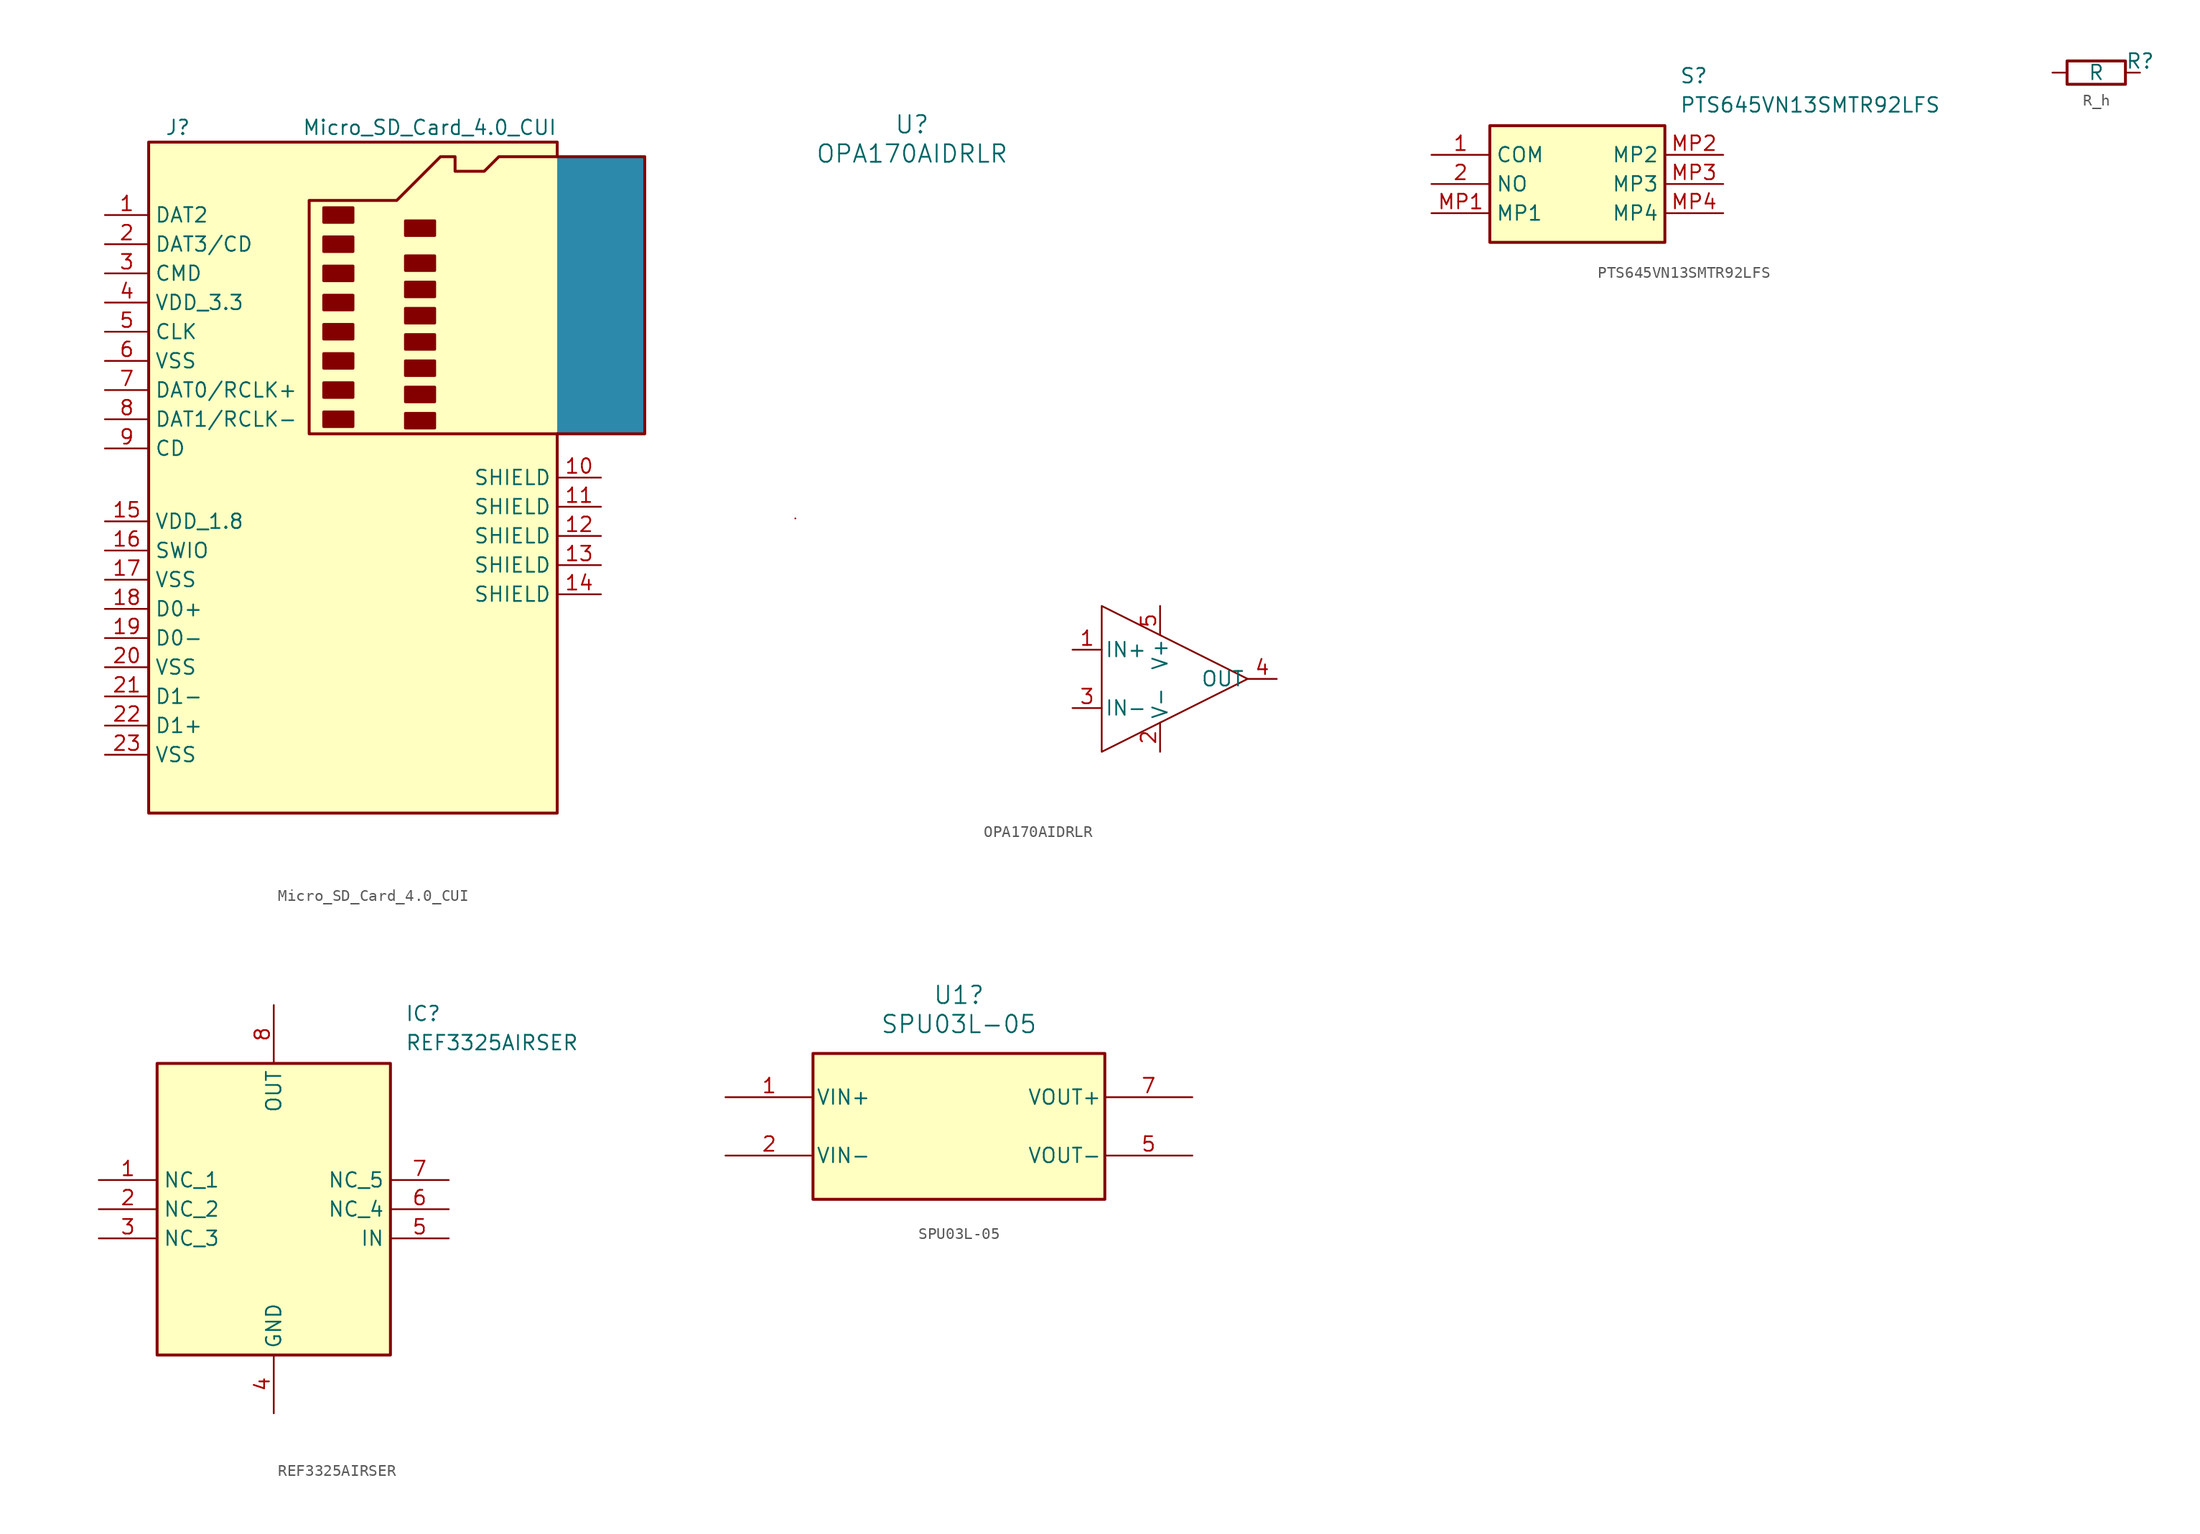
<source format=kicad_sym>
(kicad_symbol_lib
  (version 20231120)
  (generator "kicad_symbol_editor")
  (generator_version "8.0")
  (symbol "Micro_SD_Card_4.0_CUI"
    (property "Reference" "J"
      (at -16.51 17.78 0)
      (effects (font (size 1.27 1.27))))
    (property "Value" "Micro_SD_Card_4.0_CUI"
      (at 16.51 17.78 0)
      (effects (font (size 1.27 1.27)) (justify right)))
    (symbol "Micro_SD_Card_4.0_CUI_0_1"
      (rectangle (start -3.81 -6.985) (end -1.27 -8.255) (stroke (width 0.254) (type default)) (fill (type outline)))
      (rectangle (start -3.81 -4.445) (end -1.27 -5.715) (stroke (width 0.254) (type default)) (fill (type outline)))
      (rectangle (start -3.81 -1.905) (end -1.27 -3.175) (stroke (width 0.254) (type default)) (fill (type outline)))
      (rectangle (start -3.81 0.635) (end -1.27 -0.635) (stroke (width 0.254) (type default)) (fill (type outline)))
      (rectangle (start -3.81 3.175) (end -1.27 1.905) (stroke (width 0.254) (type default)) (fill (type outline)))
      (rectangle (start -3.81 5.715) (end -1.27 4.445) (stroke (width 0.254) (type default)) (fill (type outline)))
      (rectangle (start -3.81 8.255) (end -1.27 6.985) (stroke (width 0.254) (type default)) (fill (type outline)))
      (rectangle (start -3.81 10.795) (end -1.27 9.525) (stroke (width 0.254) (type default)) (fill (type outline)))
      (polyline (pts (xy 16.51 15.24) (xy 16.51 16.51) (xy -19.05 16.51) (xy -19.05 -41.91) (xy 16.51 -41.91) (xy 16.51 -8.89)) (stroke (width 0.254) (type default)) (fill (type background)))
      (polyline (pts (xy -5.08 -8.89) (xy -5.08 11.43) (xy 2.54 11.43) (xy 6.35 15.24) (xy 7.62 15.24) (xy 7.62 13.97) (xy 10.16 13.97) (xy 11.43 15.24) (xy 24.13 15.24) (xy 24.13 -8.89) (xy -5.08 -8.89)) (stroke (width 0.254) (type default)) (fill (type color) (color 44 137 172 1)))
      (rectangle (start 3.302 -7.112) (end 5.842 -8.382) (stroke (width 0.254) (type default)) (fill (type outline)))
      (rectangle (start 3.302 -4.826) (end 5.842 -6.096) (stroke (width 0.254) (type default)) (fill (type outline)))
      (rectangle (start 3.302 -2.54) (end 5.842 -3.81) (stroke (width 0.254) (type default)) (fill (type outline)))
      (rectangle (start 3.302 -0.254) (end 5.842 -1.524) (stroke (width 0.254) (type default)) (fill (type outline)))
      (rectangle (start 3.302 2.032) (end 5.842 0.762) (stroke (width 0.254) (type default)) (fill (type outline)))
      (rectangle (start 3.302 4.318) (end 5.842 3.048) (stroke (width 0.254) (type default)) (fill (type outline)))
      (rectangle (start 3.302 6.604) (end 5.842 5.334) (stroke (width 0.254) (type default)) (fill (type outline)))
      (rectangle (start 3.302 9.652) (end 5.842 8.382) (stroke (width 0.254) (type default)) (fill (type outline))))
    (symbol "Micro_SD_Card_4.0_CUI_1_1"
      (pin bidirectional line (at -22.86 10.16 0) (length 3.81) (name "DAT2" (effects (font (size 1.27 1.27)))) (number "1" (effects (font (size 1.27 1.27)))))
      (pin passive line (at 20.32 -12.7 180) (length 3.81) (name "SHIELD" (effects (font (size 1.27 1.27)))) (number "10" (effects (font (size 1.27 1.27)))))
      (pin passive line (at 20.32 -15.24 180) (length 3.81) (name "SHIELD" (effects (font (size 1.27 1.27)))) (number "11" (effects (font (size 1.27 1.27)))))
      (pin passive line (at 20.32 -17.78 180) (length 3.81) (name "SHIELD" (effects (font (size 1.27 1.27)))) (number "12" (effects (font (size 1.27 1.27)))))
      (pin passive line (at 20.32 -20.32 180) (length 3.81) (name "SHIELD" (effects (font (size 1.27 1.27)))) (number "13" (effects (font (size 1.27 1.27)))))
      (pin passive line (at 20.32 -22.86 180) (length 3.81) (name "SHIELD" (effects (font (size 1.27 1.27)))) (number "14" (effects (font (size 1.27 1.27)))))
      (pin passive line (at -22.86 -16.51 0) (length 3.81) (name "VDD_1.8" (effects (font (size 1.27 1.27)))) (number "15" (effects (font (size 1.27 1.27)))))
      (pin passive line (at -22.86 -19.05 0) (length 3.81) (name "SWIO" (effects (font (size 1.27 1.27)))) (number "16" (effects (font (size 1.27 1.27)))))
      (pin passive line (at -22.86 -21.59 0) (length 3.81) (name "VSS" (effects (font (size 1.27 1.27)))) (number "17" (effects (font (size 1.27 1.27)))))
      (pin passive line (at -22.86 -24.13 0) (length 3.81) (name "D0+" (effects (font (size 1.27 1.27)))) (number "18" (effects (font (size 1.27 1.27)))))
      (pin passive line (at -22.86 -26.67 0) (length 3.81) (name "D0-" (effects (font (size 1.27 1.27)))) (number "19" (effects (font (size 1.27 1.27)))))
      (pin bidirectional line (at -22.86 7.62 0) (length 3.81) (name "DAT3/CD" (effects (font (size 1.27 1.27)))) (number "2" (effects (font (size 1.27 1.27)))))
      (pin passive line (at -22.86 -29.21 0) (length 3.81) (name "VSS" (effects (font (size 1.27 1.27)))) (number "20" (effects (font (size 1.27 1.27)))))
      (pin passive line (at -22.86 -31.75 0) (length 3.81) (name "D1-" (effects (font (size 1.27 1.27)))) (number "21" (effects (font (size 1.27 1.27)))))
      (pin passive line (at -22.86 -34.29 0) (length 3.81) (name "D1+" (effects (font (size 1.27 1.27)))) (number "22" (effects (font (size 1.27 1.27)))))
      (pin passive line (at -22.86 -36.83 0) (length 3.81) (name "VSS" (effects (font (size 1.27 1.27)))) (number "23" (effects (font (size 1.27 1.27)))))
      (pin input line (at -22.86 5.08 0) (length 3.81) (name "CMD" (effects (font (size 1.27 1.27)))) (number "3" (effects (font (size 1.27 1.27)))))
      (pin power_in line (at -22.86 2.54 0) (length 3.81) (name "VDD_3.3" (effects (font (size 1.27 1.27)))) (number "4" (effects (font (size 1.27 1.27)))))
      (pin input line (at -22.86 0 0) (length 3.81) (name "CLK" (effects (font (size 1.27 1.27)))) (number "5" (effects (font (size 1.27 1.27)))))
      (pin power_in line (at -22.86 -2.54 0) (length 3.81) (name "VSS" (effects (font (size 1.27 1.27)))) (number "6" (effects (font (size 1.27 1.27)))))
      (pin bidirectional line (at -22.86 -5.08 0) (length 3.81) (name "DAT0/RCLK+" (effects (font (size 1.27 1.27)))) (number "7" (effects (font (size 1.27 1.27)))))
      (pin bidirectional line (at -22.86 -7.62 0) (length 3.81) (name "DAT1/RCLK-" (effects (font (size 1.27 1.27)))) (number "8" (effects (font (size 1.27 1.27)))))
      (pin passive line (at -22.86 -10.16 0) (length 3.81) (name "CD" (effects (font (size 1.27 1.27)))) (number "9" (effects (font (size 1.27 1.27)))))))
  (symbol "OPA170AIDRLR"
    (pin_names
      (offset 0.254))
    (property "Reference" "U"
      (at 27.94 10.16 0)
      (effects (font (size 1.524 1.524))))
    (property "Value" "OPA170AIDRLR"
      (at 27.94 7.62 0)
      (effects (font (size 1.524 1.524))))
    (property "ki_locked" ""
      (at 0 0 0)
      (effects (font (size 1.27 1.27))))
    (symbol "OPA170AIDRLR_1_1"
      (polyline (pts (xy 17.78 -24.13) (xy 17.78 -24.13)) (stroke (width 0) (type default)) (fill (type none)))
      (polyline (pts (xy 44.45 -44.45) (xy 44.45 -31.75) (xy 57.15 -38.1) (xy 44.45 -44.45)) (stroke (width 0) (type default)) (fill (type none)))
      (pin input line (at 41.91 -35.56 0) (length 2.54) (name "IN+" (effects (font (size 1.27 1.27)))) (number "1" (effects (font (size 1.27 1.27)))))
      (pin power_in line (at 49.53 -44.45 90) (length 2.54) (name "V-" (effects (font (size 1.27 1.27)))) (number "2" (effects (font (size 1.27 1.27)))))
      (pin input line (at 41.91 -40.64 0) (length 2.54) (name "IN-" (effects (font (size 1.27 1.27)))) (number "3" (effects (font (size 1.27 1.27)))))
      (pin output line (at 59.69 -38.1 180) (length 2.54) (name "OUT" (effects (font (size 1.27 1.27)))) (number "4" (effects (font (size 1.27 1.27)))))
      (pin power_in line (at 49.53 -31.75 270) (length 2.54) (name "V+" (effects (font (size 1.27 1.27)))) (number "5" (effects (font (size 1.27 1.27)))))))
  (symbol "PTS645VN13SMTR92LFS"
    (property "Reference" "S"
      (at 21.59 7.62 0)
      (effects (font (size 1.27 1.27)) (justify left top)))
    (property "Value" "PTS645VN13SMTR92LFS"
      (at 21.59 5.08 0)
      (effects (font (size 1.27 1.27)) (justify left top)))
    (symbol "PTS645VN13SMTR92LFS_1_1"
      (rectangle (start 5.08 2.54) (end 20.32 -7.62) (stroke (width 0.254) (type default)) (fill (type background)))
      (pin passive line (at 0 0 0) (length 5.08) (name "COM" (effects (font (size 1.27 1.27)))) (number "1" (effects (font (size 1.27 1.27)))))
      (pin passive line (at 0 -2.54 0) (length 5.08) (name "NO" (effects (font (size 1.27 1.27)))) (number "2" (effects (font (size 1.27 1.27)))))
      (pin free line (at 0 -5.08 0) (length 5.08) (name "MP1" (effects (font (size 1.27 1.27)))) (number "MP1" (effects (font (size 1.27 1.27)))))
      (pin free line (at 25.4 0 180) (length 5.08) (name "MP2" (effects (font (size 1.27 1.27)))) (number "MP2" (effects (font (size 1.27 1.27)))))
      (pin free line (at 25.4 -2.54 180) (length 5.08) (name "MP3" (effects (font (size 1.27 1.27)))) (number "MP3" (effects (font (size 1.27 1.27)))))
      (pin free line (at 25.4 -5.08 180) (length 5.08) (name "MP4" (effects (font (size 1.27 1.27)))) (number "MP4" (effects (font (size 1.27 1.27)))))))
  (symbol "R_h"
    (pin_numbers hide)
    (pin_names
      (offset 0))
    (property "Reference" "R"
      (at 2.54 0.254 0)
      (effects (font (size 1.27 1.27)) (justify left bottom)))
    (property "Value" "R"
      (at 0 0 0)
      (effects (font (size 1.27 1.27))))
    (symbol "R_h_0_1"
      (rectangle (start 2.54 -1.016) (end -2.54 1.016) (stroke (width 0.254) (type default)) (fill (type none))))
    (symbol "R_h_1_1"
      (pin passive line (at -3.81 0 0) (length 1.27) (name "~" (effects (font (size 1.27 1.27)))) (number "1" (effects (font (size 1.27 1.27)))))
      (pin passive line (at 3.81 0 180) (length 1.27) (name "~" (effects (font (size 1.27 1.27)))) (number "2" (effects (font (size 1.27 1.27)))))))
  (symbol "REF3325AIRSER"
    (property "Reference" "IC"
      (at 26.67 15.24 0)
      (effects (font (size 1.27 1.27)) (justify left top)))
    (property "Value" "REF3325AIRSER"
      (at 26.67 12.7 0)
      (effects (font (size 1.27 1.27)) (justify left top)))
    (symbol "REF3325AIRSER_1_1"
      (rectangle (start 5.08 10.16) (end 25.4 -15.24) (stroke (width 0.254) (type default)) (fill (type background)))
      (pin passive line (at 0 0 0) (length 5.08) (name "NC_1" (effects (font (size 1.27 1.27)))) (number "1" (effects (font (size 1.27 1.27)))))
      (pin passive line (at 0 -2.54 0) (length 5.08) (name "NC_2" (effects (font (size 1.27 1.27)))) (number "2" (effects (font (size 1.27 1.27)))))
      (pin passive line (at 0 -5.08 0) (length 5.08) (name "NC_3" (effects (font (size 1.27 1.27)))) (number "3" (effects (font (size 1.27 1.27)))))
      (pin passive line (at 15.24 -20.32 90) (length 5.08) (name "GND" (effects (font (size 1.27 1.27)))) (number "4" (effects (font (size 1.27 1.27)))))
      (pin passive line (at 30.48 -5.08 180) (length 5.08) (name "IN" (effects (font (size 1.27 1.27)))) (number "5" (effects (font (size 1.27 1.27)))))
      (pin passive line (at 30.48 -2.54 180) (length 5.08) (name "NC_4" (effects (font (size 1.27 1.27)))) (number "6" (effects (font (size 1.27 1.27)))))
      (pin passive line (at 30.48 0 180) (length 5.08) (name "NC_5" (effects (font (size 1.27 1.27)))) (number "7" (effects (font (size 1.27 1.27)))))
      (pin passive line (at 15.24 15.24 270) (length 5.08) (name "OUT" (effects (font (size 1.27 1.27)))) (number "8" (effects (font (size 1.27 1.27)))))))
  (symbol "SPU03L-05"
    (pin_names
      (offset 0.254))
    (property "Reference" "U1"
      (at 20.32 10.16 0)
      (effects (font (size 1.524 1.524))))
    (property "Value" "SPU03L-05"
      (at 20.32 7.62 0)
      (effects (font (size 1.524 1.524))))
    (symbol "SPU03L-05_0_1"
      (pin power_in line (at 0 1.27 0) (length 7.62) (name "VIN+" (effects (font (size 1.27 1.27)))) (number "1" (effects (font (size 1.27 1.27)))))
      (pin power_in line (at 0 -3.81 0) (length 7.62) (name "VIN-" (effects (font (size 1.27 1.27)))) (number "2" (effects (font (size 1.27 1.27)))))
      (pin power_out line (at 40.64 -3.81 180) (length 7.62) (name "VOUT-" (effects (font (size 1.27 1.27)))) (number "5" (effects (font (size 1.27 1.27)))))
      (pin power_out line (at 40.64 1.27 180) (length 7.62) (name "VOUT+" (effects (font (size 1.27 1.27)))) (number "7" (effects (font (size 1.27 1.27))))))
    (symbol "SPU03L-05_1_1"
      (rectangle (start 7.62 5.08) (end 33.02 -7.62) (stroke (width 0.254) (type default)) (fill (type background))))))
</source>
